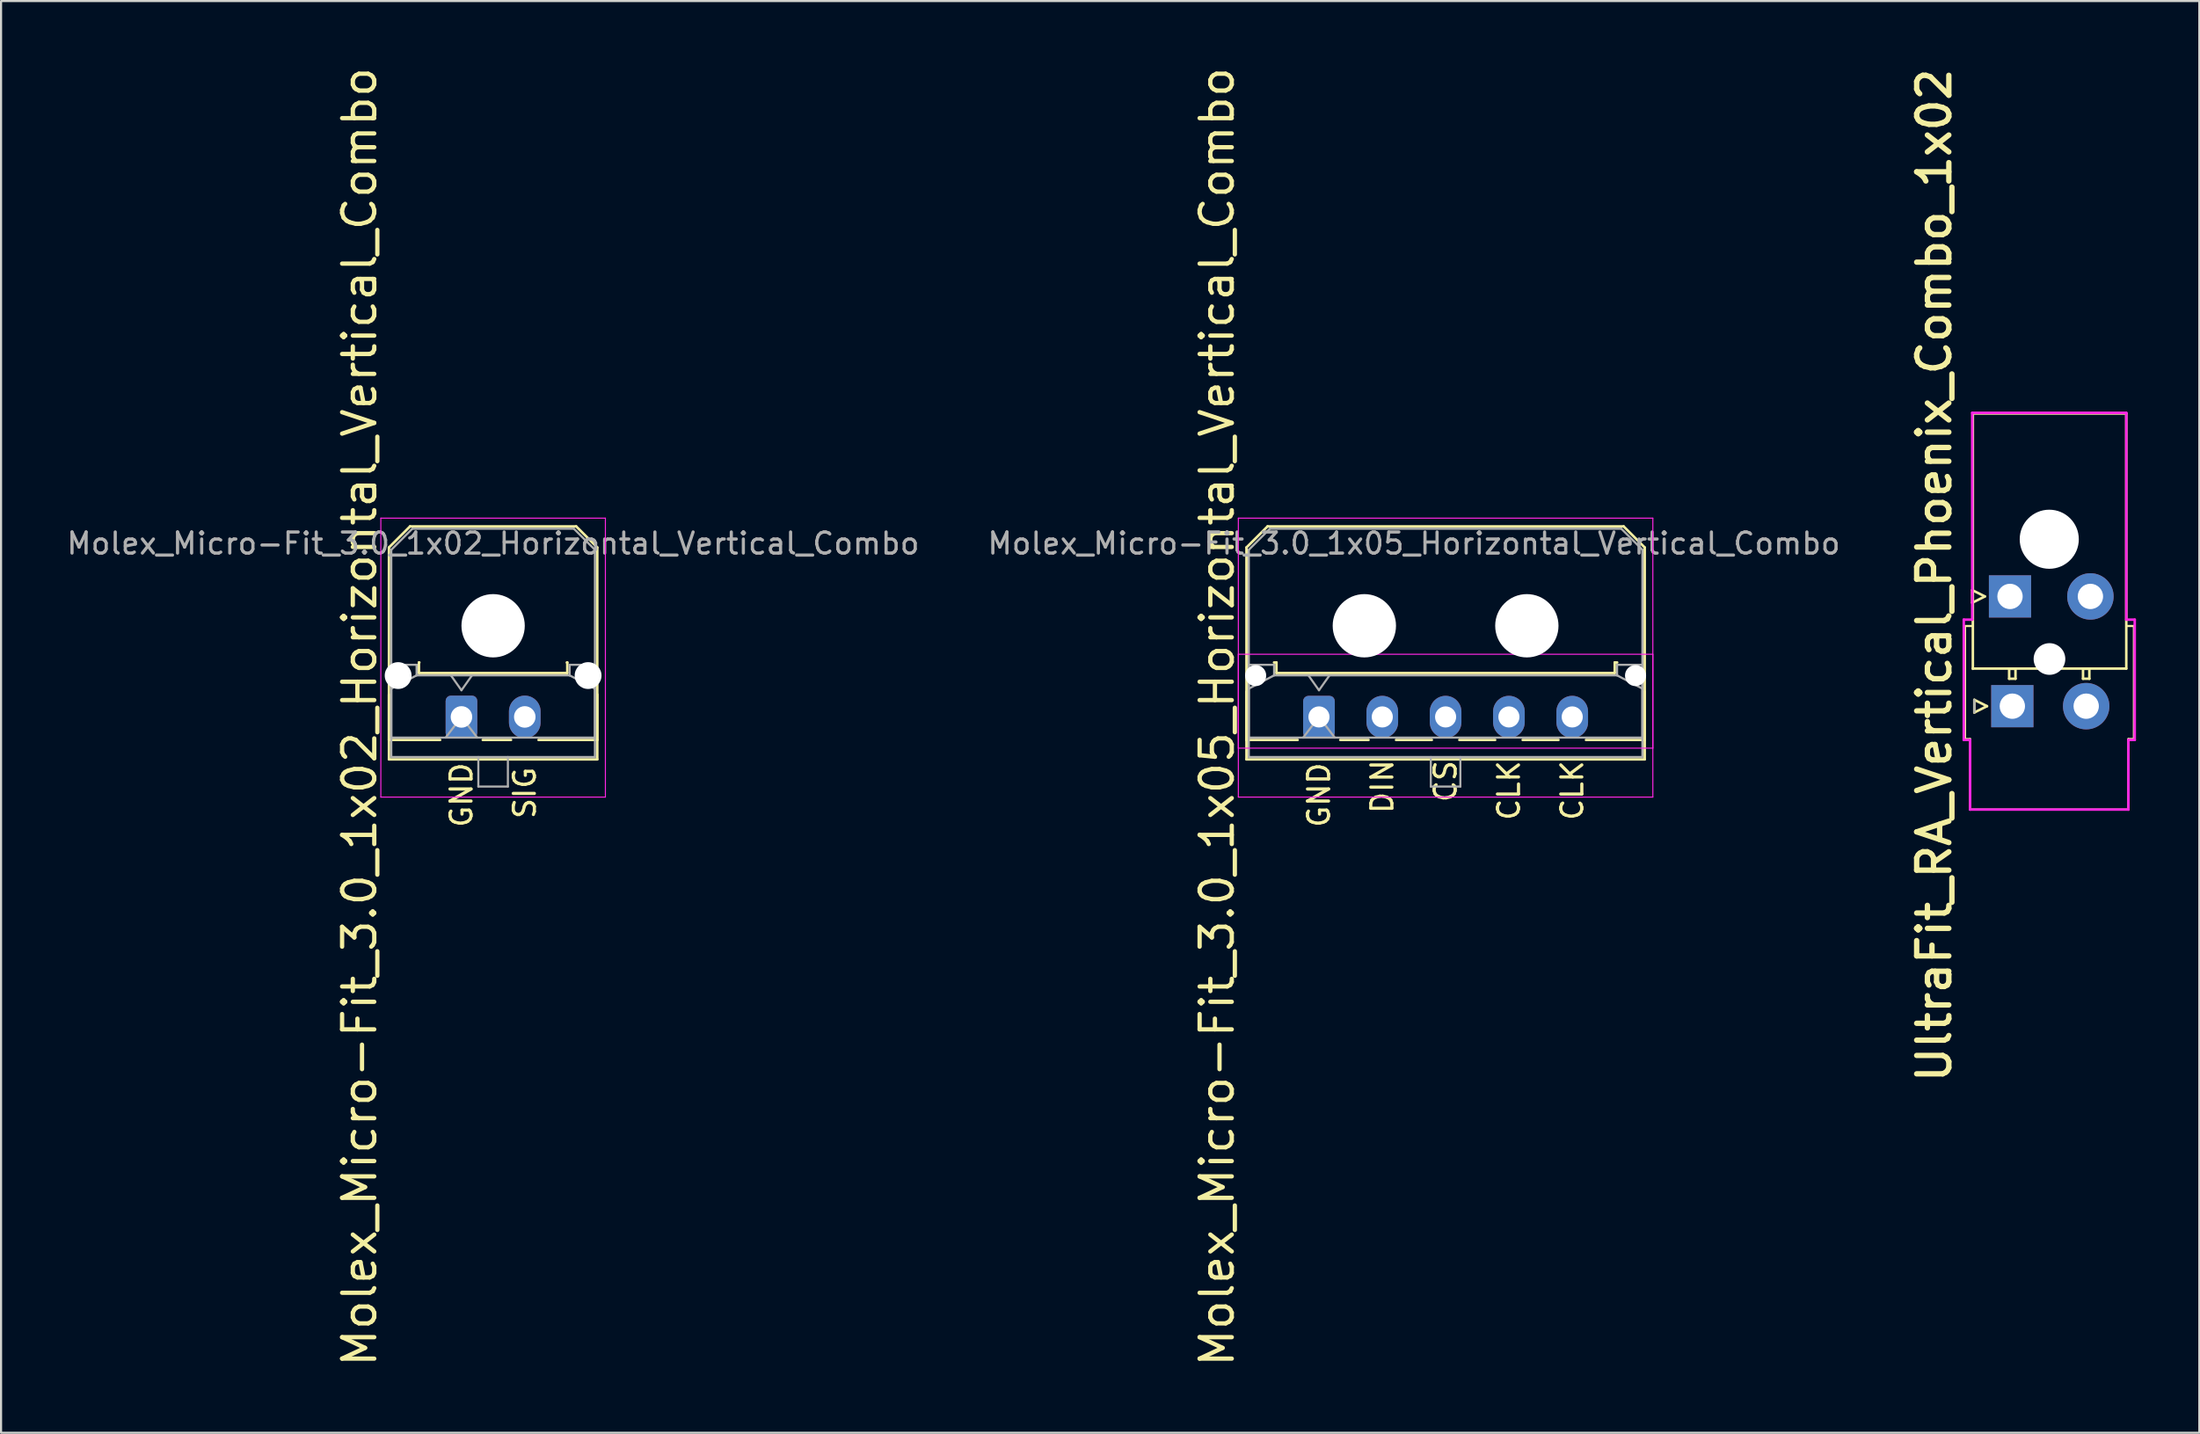
<source format=kicad_pcb>
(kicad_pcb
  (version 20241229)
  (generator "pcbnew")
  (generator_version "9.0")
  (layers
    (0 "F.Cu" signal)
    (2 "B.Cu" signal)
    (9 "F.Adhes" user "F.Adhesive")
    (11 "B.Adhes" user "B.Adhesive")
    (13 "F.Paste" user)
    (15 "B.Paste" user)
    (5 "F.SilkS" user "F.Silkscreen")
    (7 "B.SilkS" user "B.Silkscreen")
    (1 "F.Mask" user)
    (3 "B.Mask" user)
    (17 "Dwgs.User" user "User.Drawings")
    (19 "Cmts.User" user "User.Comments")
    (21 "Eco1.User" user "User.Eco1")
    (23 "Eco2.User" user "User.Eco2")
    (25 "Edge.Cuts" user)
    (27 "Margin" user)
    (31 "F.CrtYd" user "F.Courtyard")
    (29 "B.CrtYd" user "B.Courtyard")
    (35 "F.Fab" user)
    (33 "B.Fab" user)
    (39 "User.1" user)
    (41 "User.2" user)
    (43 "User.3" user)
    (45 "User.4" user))
  (footprint "Molex_Micro-Fit_3.0_1x05_Horizontal_Vertical_Combo"
    (layer "F.Cu")
    (at 59.446 30.923)
    (property "Reference" "Molex_Micro-Fit_3.0_1x05_Horizontal_Vertical_Combo" (at -4.826 0 90) (layer "F.SilkS") (effects (font (size 1.524 1.524) (thickness 0.203))))
    (attr through_hole)
    (fp_line (start -3.435 -8.03) (end -2.435 -9.03) (stroke (width 0.12) (type solid)) (layer "F.SilkS"))
    (fp_line (start -3.435 -1.2) (end -3.435 2.01) (stroke (width 0.12) (type solid)) (layer "F.SilkS"))
    (fp_line (start -3.435 1.09) (end -3.435 -8.03) (stroke (width 0.12) (type solid)) (layer "F.SilkS"))
    (fp_line (start -3.435 1.09) (end -1.01 1.09) (stroke (width 0.12) (type solid)) (layer "F.SilkS"))
    (fp_line (start -3.435 2.01) (end 15.435 2.01) (stroke (width 0.12) (type solid)) (layer "F.SilkS"))
    (fp_line (start -2.435 -9.03) (end 14.435 -9.03) (stroke (width 0.12) (type solid)) (layer "F.SilkS"))
    (fp_line (start -2.13 -2.58) (end -2.015 -2.58) (stroke (width 0.12) (type solid)) (layer "F.SilkS"))
    (fp_line (start -2.015 -2.58) (end -2.015 -2.08) (stroke (width 0.12) (type solid)) (layer "F.SilkS"))
    (fp_line (start -2.015 -2.08) (end 14.015 -2.08) (stroke (width 0.12) (type solid)) (layer "F.SilkS"))
    (fp_line (start 1.01 1.09) (end 2.348 1.09) (stroke (width 0.12) (type solid)) (layer "F.SilkS"))
    (fp_line (start 3.652 1.09) (end 5.348 1.09) (stroke (width 0.12) (type solid)) (layer "F.SilkS"))
    (fp_line (start 6.652 1.09) (end 8.348 1.09) (stroke (width 0.12) (type solid)) (layer "F.SilkS"))
    (fp_line (start 9.652 1.09) (end 11.348 1.09) (stroke (width 0.12) (type solid)) (layer "F.SilkS"))
    (fp_line (start 14.015 -2.58) (end 14.13 -2.58) (stroke (width 0.12) (type solid)) (layer "F.SilkS"))
    (fp_line (start 14.015 -2.08) (end 14.015 -2.58) (stroke (width 0.12) (type solid)) (layer "F.SilkS"))
    (fp_line (start 14.435 -9.03) (end 15.435 -8.03) (stroke (width 0.12) (type solid)) (layer "F.SilkS"))
    (fp_line (start 15.435 -8.03) (end 15.435 1.09) (stroke (width 0.12) (type solid)) (layer "F.SilkS"))
    (fp_line (start 15.435 1.09) (end 12.652 1.09) (stroke (width 0.12) (type solid)) (layer "F.SilkS"))
    (fp_line (start 15.435 2.01) (end 15.435 -1.2) (stroke (width 0.12) (type solid)) (layer "F.SilkS"))
    (fp_line (start -3.82 -9.42) (end 15.82 -9.42) (stroke (width 0.05) (type solid)) (layer "F.CrtYd"))
    (fp_line (start -3.82 -2.97) (end 15.82 -2.97) (stroke (width 0.05) (type solid)) (layer "F.CrtYd"))
    (fp_line (start -3.82 1.48) (end -3.82 -9.42) (stroke (width 0.05) (type solid)) (layer "F.CrtYd"))
    (fp_line (start -3.82 3.8) (end -3.82 -2.97) (stroke (width 0.05) (type solid)) (layer "F.CrtYd"))
    (fp_line (start 15.82 -9.42) (end 15.82 1.48) (stroke (width 0.05) (type solid)) (layer "F.CrtYd"))
    (fp_line (start 15.82 -2.97) (end 15.82 3.8) (stroke (width 0.05) (type solid)) (layer "F.CrtYd"))
    (fp_line (start 15.82 1.48) (end -3.82 1.48) (stroke (width 0.05) (type solid)) (layer "F.CrtYd"))
    (fp_line (start 15.82 3.8) (end -3.82 3.8) (stroke (width 0.05) (type solid)) (layer "F.CrtYd"))
    (fp_line (start -3.325 -7.92) (end -2.325 -8.92) (stroke (width 0.1) (type solid)) (layer "F.Fab"))
    (fp_line (start -3.325 -2.47) (end -3.325 1.9) (stroke (width 0.1) (type solid)) (layer "F.Fab"))
    (fp_line (start -3.325 -1.34) (end -2.125 -1.97) (stroke (width 0.1) (type solid)) (layer "F.Fab"))
    (fp_line (start -3.325 0.98) (end -3.325 -7.92) (stroke (width 0.1) (type solid)) (layer "F.Fab"))
    (fp_line (start -3.325 1.9) (end 15.325 1.9) (stroke (width 0.1) (type solid)) (layer "F.Fab"))
    (fp_line (start -2.325 -8.92) (end 14.325 -8.92) (stroke (width 0.1) (type solid)) (layer "F.Fab"))
    (fp_line (start -2.125 -2.47) (end -3.325 -2.47) (stroke (width 0.1) (type solid)) (layer "F.Fab"))
    (fp_line (start -2.125 -1.97) (end -2.125 -2.47) (stroke (width 0.1) (type solid)) (layer "F.Fab"))
    (fp_line (start -0.75 0.98) (end 0 0) (stroke (width 0.1) (type solid)) (layer "F.Fab"))
    (fp_line (start -0.5 -1.97) (end 0 -1.263) (stroke (width 0.1) (type solid)) (layer "F.Fab"))
    (fp_line (start 0 -1.263) (end 0.5 -1.97) (stroke (width 0.1) (type solid)) (layer "F.Fab"))
    (fp_line (start 0 0) (end 0.75 0.98) (stroke (width 0.1) (type solid)) (layer "F.Fab"))
    (fp_line (start 5.3 1.9) (end 5.3 3.3) (stroke (width 0.1) (type solid)) (layer "F.Fab"))
    (fp_line (start 5.3 3.3) (end 6.7 3.3) (stroke (width 0.1) (type solid)) (layer "F.Fab"))
    (fp_line (start 6.7 3.3) (end 6.7 1.9) (stroke (width 0.1) (type solid)) (layer "F.Fab"))
    (fp_line (start 14.125 -2.47) (end 14.125 -1.97) (stroke (width 0.1) (type solid)) (layer "F.Fab"))
    (fp_line (start 14.125 -1.97) (end -2.125 -1.97) (stroke (width 0.1) (type solid)) (layer "F.Fab"))
    (fp_line (start 14.325 -8.92) (end 15.325 -7.92) (stroke (width 0.1) (type solid)) (layer "F.Fab"))
    (fp_line (start 15.325 -7.92) (end 15.325 0.98) (stroke (width 0.1) (type solid)) (layer "F.Fab"))
    (fp_line (start 15.325 -2.47) (end 14.125 -2.47) (stroke (width 0.1) (type solid)) (layer "F.Fab"))
    (fp_line (start 15.325 -1.34) (end 14.125 -1.97) (stroke (width 0.1) (type solid)) (layer "F.Fab"))
    (fp_line (start 15.325 0.98) (end -3.325 0.98) (stroke (width 0.1) (type solid)) (layer "F.Fab"))
    (fp_line (start 15.325 1.9) (end 15.325 -2.47) (stroke (width 0.1) (type solid)) (layer "F.Fab"))
    (fp_text user "GND" (at 0 3.7 90) (layer "F.SilkS") (effects (font (size 1 1) (thickness 0.15))))
    (fp_text user "CLK" (at 9 3.487 90) (layer "F.SilkS") (effects (font (size 1 1) (thickness 0.15))))
    (fp_text user "CLK" (at 12 3.487 90) (layer "F.SilkS") (effects (font (size 1 1) (thickness 0.15))))
    (fp_text user "DIN" (at 3 3.302 90) (layer "F.SilkS") (effects (font (size 1 1) (thickness 0.15))))
    (fp_text user "CS" (at 6 3.048 90) (layer "F.SilkS") (effects (font (size 1 1) (thickness 0.15))))
    (fp_text user "${REFERENCE}" (at 4.5 -8.22 0) (layer "F.Fab") (effects (font (size 1 1) (thickness 0.15))))
    (pad "" np_thru_hole circle (at -3 -1.96) (size 1 1) (drill 1) (layers "*.Cu" "*.Mask"))
    (pad "" np_thru_hole circle (at 2.15 -4.32) (size 3 3) (drill 3) (layers "*.Cu" "*.Mask"))
    (pad "" np_thru_hole circle (at 9.85 -4.32) (size 3 3) (drill 3) (layers "*.Cu" "*.Mask"))
    (pad "" np_thru_hole circle (at 15 -1.96) (size 1 1) (drill 1) (layers "*.Cu" "*.Mask"))
    (pad "1" thru_hole roundrect (at 0 0) (size 1.5 2) (drill 1) (layers "*.Cu" "*.Mask") (roundrect_rratio 0.167))
    (pad "2" thru_hole oval (at 3 0) (size 1.5 2) (drill 1) (layers "*.Cu" "*.Mask"))
    (pad "3" thru_hole oval (at 6 0) (size 1.5 2) (drill 1) (layers "*.Cu" "*.Mask"))
    (pad "4" thru_hole oval (at 9 0) (size 1.5 2) (drill 1) (layers "*.Cu" "*.Mask"))
    (pad "5" thru_hole oval (at 12 0) (size 1.5 2) (drill 1) (layers "*.Cu" "*.Mask")))
  (footprint "UltraFit_RA_Vertical_Phoenix_Combo_1x02"
    (layer "F.Cu")
    (at 92.299 30.413)
    (property "Reference" "UltraFit_RA_Vertical_Phoenix_Combo_1x02" (at -3.7 -6.2 90) (layer "F.SilkS") (effects (font (size 1.524 1.524) (thickness 0.254))))
    (attr through_hole)
    (fp_line (start -2.24 -3.8) (end -1.9 -3.8) (stroke (width 0.1) (type solid)) (layer "F.SilkS"))
    (fp_line (start -2.24 1.555) (end -2.24 -3.795) (stroke (width 0.1) (type solid)) (layer "F.SilkS"))
    (fp_line (start -2 1.555) (end -2.24 1.555) (stroke (width 0.1) (type solid)) (layer "F.SilkS"))
    (fp_line (start -2 4.9) (end -2 1.555) (stroke (width 0.1) (type solid)) (layer "F.SilkS"))
    (fp_line (start -2 4.9) (end 5.5 4.9) (stroke (width 0.1) (type solid)) (layer "F.SilkS"))
    (fp_line (start -1.9 -5.5) (end -1.3 -5.2) (stroke (width 0.12) (type solid)) (layer "F.SilkS"))
    (fp_line (start -1.9 -4.9) (end -1.9 -5.5) (stroke (width 0.12) (type solid)) (layer "F.SilkS"))
    (fp_line (start -1.872 -1.781) (end 5.4 -1.781) (stroke (width 0.12) (type solid)) (layer "F.SilkS"))
    (fp_line (start -1.87 -13.87) (end -1.87 -1.77) (stroke (width 0.12) (type solid)) (layer "F.SilkS"))
    (fp_line (start -1.8 -0.3) (end -1.2 0) (stroke (width 0.12) (type solid)) (layer "F.SilkS"))
    (fp_line (start -1.8 0.3) (end -1.8 -0.3) (stroke (width 0.12) (type solid)) (layer "F.SilkS"))
    (fp_line (start -1.3 -5.2) (end -1.9 -4.9) (stroke (width 0.12) (type solid)) (layer "F.SilkS"))
    (fp_line (start -1.2 0) (end -1.8 0.3) (stroke (width 0.12) (type solid)) (layer "F.SilkS"))
    (fp_line (start -0.15 -1.77) (end -0.15 -1.3) (stroke (width 0.12) (type solid)) (layer "F.SilkS"))
    (fp_line (start 0.15 -1.77) (end -0.15 -1.77) (stroke (width 0.12) (type solid)) (layer "F.SilkS"))
    (fp_line (start 0.15 -1.3) (end -0.15 -1.3) (stroke (width 0.12) (type solid)) (layer "F.SilkS"))
    (fp_line (start 0.15 -1.3) (end 0.15 -1.77) (stroke (width 0.12) (type solid)) (layer "F.SilkS"))
    (fp_line (start 3.35 -1.77) (end 3.35 -1.3) (stroke (width 0.12) (type solid)) (layer "F.SilkS"))
    (fp_line (start 3.65 -1.77) (end 3.35 -1.77) (stroke (width 0.12) (type solid)) (layer "F.SilkS"))
    (fp_line (start 3.65 -1.3) (end 3.35 -1.3) (stroke (width 0.12) (type solid)) (layer "F.SilkS"))
    (fp_line (start 3.65 -1.3) (end 3.65 -1.77) (stroke (width 0.12) (type solid)) (layer "F.SilkS"))
    (fp_line (start 5.4 -13.87) (end -1.87 -13.87) (stroke (width 0.12) (type solid)) (layer "F.SilkS"))
    (fp_line (start 5.4 -3.8) (end 5.76 -3.8) (stroke (width 0.1) (type solid)) (layer "F.SilkS"))
    (fp_line (start 5.4 -1.781) (end 5.4 -13.87) (stroke (width 0.12) (type solid)) (layer "F.SilkS"))
    (fp_line (start 5.5 4.9) (end 5.5 1.555) (stroke (width 0.1) (type solid)) (layer "F.SilkS"))
    (fp_line (start 5.76 -3.8) (end 5.76 1.555) (stroke (width 0.1) (type solid)) (layer "F.SilkS"))
    (fp_line (start 5.76 1.555) (end 5.5 1.555) (stroke (width 0.1) (type solid)) (layer "F.SilkS"))
    (fp_line (start -2.3 -4.1) (end -1.9 -4.1) (stroke (width 0.12) (type solid)) (layer "F.CrtYd"))
    (fp_line (start -2.3 1.6) (end -2.3 -4.1) (stroke (width 0.12) (type solid)) (layer "F.CrtYd"))
    (fp_line (start -2 1.6) (end -2.3 1.6) (stroke (width 0.12) (type solid)) (layer "F.CrtYd"))
    (fp_line (start -2 4.9) (end -2 1.6) (stroke (width 0.12) (type solid)) (layer "F.CrtYd"))
    (fp_line (start -1.9 -13.9) (end 5.4 -13.9) (stroke (width 0.12) (type solid)) (layer "F.CrtYd"))
    (fp_line (start -1.9 -4.1) (end -1.9 -13.9) (stroke (width 0.12) (type solid)) (layer "F.CrtYd"))
    (fp_line (start 5.4 -13.9) (end 5.4 -4.1) (stroke (width 0.12) (type solid)) (layer "F.CrtYd"))
    (fp_line (start 5.4 -4.1) (end 5.8 -4.1) (stroke (width 0.12) (type solid)) (layer "F.CrtYd"))
    (fp_line (start 5.5 1.6) (end 5.5 4.9) (stroke (width 0.12) (type solid)) (layer "F.CrtYd"))
    (fp_line (start 5.5 4.9) (end -2 4.9) (stroke (width 0.12) (type solid)) (layer "F.CrtYd"))
    (fp_line (start 5.8 -4.1) (end 5.8 1.6) (stroke (width 0.12) (type solid)) (layer "F.CrtYd"))
    (fp_line (start 5.8 1.6) (end 5.5 1.6) (stroke (width 0.12) (type solid)) (layer "F.CrtYd"))
    (fp_line (start -1.8 0.3) (end -1.8 -0.3) (stroke (width 0.1) (type solid)) (layer "F.Fab"))
    (pad "" np_thru_hole circle (at 1.75 -7.91) (size 2.8 2.8) (drill 2.8) (layers "*.Cu" "*.Mask"))
    (pad "" np_thru_hole circle (at 1.76 -2.235 180) (size 1.5 1.5) (drill 1.5) (layers "*.Cu" "*.Mask"))
    (pad "1" thru_hole rect (at -0.11 -5.2 180) (size 2 2) (drill 1.2) (layers "*.Cu" "*.Mask"))
    (pad "1" thru_hole rect (at 0 0 180) (size 2 2) (drill 1.2) (layers "*.Cu" "*.Mask"))
    (pad "2" thru_hole circle (at 3.5 0 180) (size 2.2 2.2) (drill 1.2) (layers "*.Cu" "*.Mask"))
    (pad "2" thru_hole circle (at 3.7 -5.2 180) (size 2.2 2.2) (drill 1.2) (layers "*.Cu" "*.Mask")))
  (footprint "Molex_Micro-Fit_3.0_1x02_Horizontal_Vertical_Combo"
    (layer "F.Cu")
    (at 18.815 30.923)
    (property "Reference" "Molex_Micro-Fit_3.0_1x02_Horizontal_Vertical_Combo" (at -4.826 0 90) (layer "F.SilkS") (effects (font (size 1.524 1.524) (thickness 0.203))))
    (attr through_hole)
    (fp_line (start -3.435 -8.03) (end -2.435 -9.03) (stroke (width 0.12) (type solid)) (layer "F.SilkS"))
    (fp_line (start -3.435 -1.065) (end -3.435 2.01) (stroke (width 0.12) (type solid)) (layer "F.SilkS"))
    (fp_line (start -3.435 1.09) (end -3.435 -8.03) (stroke (width 0.12) (type solid)) (layer "F.SilkS"))
    (fp_line (start -3.435 1.09) (end -1.01 1.09) (stroke (width 0.12) (type solid)) (layer "F.SilkS"))
    (fp_line (start -3.435 2.01) (end 6.435 2.01) (stroke (width 0.12) (type solid)) (layer "F.SilkS"))
    (fp_line (start -2.435 -9.03) (end 5.435 -9.03) (stroke (width 0.12) (type solid)) (layer "F.SilkS"))
    (fp_line (start -2.015 -2.58) (end -2.015 -2.08) (stroke (width 0.12) (type solid)) (layer "F.SilkS"))
    (fp_line (start -2.015 -2.08) (end 5.015 -2.08) (stroke (width 0.12) (type solid)) (layer "F.SilkS"))
    (fp_line (start -1.995 -2.58) (end -2.015 -2.58) (stroke (width 0.12) (type solid)) (layer "F.SilkS"))
    (fp_line (start 1.01 1.09) (end 2.348 1.09) (stroke (width 0.12) (type solid)) (layer "F.SilkS"))
    (fp_line (start 5.015 -2.58) (end 4.995 -2.58) (stroke (width 0.12) (type solid)) (layer "F.SilkS"))
    (fp_line (start 5.015 -2.08) (end 5.015 -2.58) (stroke (width 0.12) (type solid)) (layer "F.SilkS"))
    (fp_line (start 5.435 -9.03) (end 6.435 -8.03) (stroke (width 0.12) (type solid)) (layer "F.SilkS"))
    (fp_line (start 6.435 -8.03) (end 6.435 1.09) (stroke (width 0.12) (type solid)) (layer "F.SilkS"))
    (fp_line (start 6.435 1.09) (end 3.652 1.09) (stroke (width 0.12) (type solid)) (layer "F.SilkS"))
    (fp_line (start 6.435 2.01) (end 6.435 -1.065) (stroke (width 0.12) (type solid)) (layer "F.SilkS"))
    (fp_line (start -3.82 -9.42) (end 6.82 -9.42) (stroke (width 0.05) (type solid)) (layer "F.CrtYd"))
    (fp_line (start -3.82 3.8) (end -3.82 -9.42) (stroke (width 0.05) (type solid)) (layer "F.CrtYd"))
    (fp_line (start 6.82 -9.42) (end 6.82 3.8) (stroke (width 0.05) (type solid)) (layer "F.CrtYd"))
    (fp_line (start 6.82 3.8) (end -3.82 3.8) (stroke (width 0.05) (type solid)) (layer "F.CrtYd"))
    (fp_line (start -3.325 -7.92) (end -2.325 -8.92) (stroke (width 0.1) (type solid)) (layer "F.Fab"))
    (fp_line (start -3.325 -2.47) (end -3.325 1.9) (stroke (width 0.1) (type solid)) (layer "F.Fab"))
    (fp_line (start -3.325 -1.34) (end -2.125 -1.97) (stroke (width 0.1) (type solid)) (layer "F.Fab"))
    (fp_line (start -3.325 0.98) (end -3.325 -7.92) (stroke (width 0.1) (type solid)) (layer "F.Fab"))
    (fp_line (start -3.325 1.9) (end 6.325 1.9) (stroke (width 0.1) (type solid)) (layer "F.Fab"))
    (fp_line (start -2.325 -8.92) (end 5.325 -8.92) (stroke (width 0.1) (type solid)) (layer "F.Fab"))
    (fp_line (start -2.125 -2.47) (end -3.325 -2.47) (stroke (width 0.1) (type solid)) (layer "F.Fab"))
    (fp_line (start -2.125 -1.97) (end -2.125 -2.47) (stroke (width 0.1) (type solid)) (layer "F.Fab"))
    (fp_line (start -0.75 0.98) (end 0 0) (stroke (width 0.1) (type solid)) (layer "F.Fab"))
    (fp_line (start -0.5 -1.97) (end 0 -1.263) (stroke (width 0.1) (type solid)) (layer "F.Fab"))
    (fp_line (start 0 -1.263) (end 0.5 -1.97) (stroke (width 0.1) (type solid)) (layer "F.Fab"))
    (fp_line (start 0 0) (end 0.75 0.98) (stroke (width 0.1) (type solid)) (layer "F.Fab"))
    (fp_line (start 0.8 1.9) (end 0.8 3.3) (stroke (width 0.1) (type solid)) (layer "F.Fab"))
    (fp_line (start 0.8 3.3) (end 2.2 3.3) (stroke (width 0.1) (type solid)) (layer "F.Fab"))
    (fp_line (start 2.2 3.3) (end 2.2 1.9) (stroke (width 0.1) (type solid)) (layer "F.Fab"))
    (fp_line (start 5.125 -2.47) (end 5.125 -1.97) (stroke (width 0.1) (type solid)) (layer "F.Fab"))
    (fp_line (start 5.125 -1.97) (end -2.125 -1.97) (stroke (width 0.1) (type solid)) (layer "F.Fab"))
    (fp_line (start 5.325 -8.92) (end 6.325 -7.92) (stroke (width 0.1) (type solid)) (layer "F.Fab"))
    (fp_line (start 6.325 -7.92) (end 6.325 0.98) (stroke (width 0.1) (type solid)) (layer "F.Fab"))
    (fp_line (start 6.325 -2.47) (end 5.125 -2.47) (stroke (width 0.1) (type solid)) (layer "F.Fab"))
    (fp_line (start 6.325 -1.34) (end 5.125 -1.97) (stroke (width 0.1) (type solid)) (layer "F.Fab"))
    (fp_line (start 6.325 0.98) (end -3.325 0.98) (stroke (width 0.1) (type solid)) (layer "F.Fab"))
    (fp_line (start 6.325 1.9) (end 6.325 -2.47) (stroke (width 0.1) (type solid)) (layer "F.Fab"))
    (fp_text user "GND" (at 0 3.7 90) (layer "F.SilkS") (effects (font (size 1 1) (thickness 0.15))))
    (fp_text user "SIG" (at 3 3.6 90) (layer "F.SilkS") (effects (font (size 1 1) (thickness 0.15))))
    (fp_text user "${REFERENCE}" (at 1.5 -8.22 0) (layer "F.Fab") (effects (font (size 1 1) (thickness 0.15))))
    (pad "" np_thru_hole circle (at -3 -1.96) (size 1.27 1.27) (drill 1.27) (layers "*.Cu" "*.Mask"))
    (pad "" np_thru_hole circle (at 1.5 -4.32) (size 3 3) (drill 3) (layers "*.Cu" "*.Mask"))
    (pad "" np_thru_hole circle (at 6 -1.96) (size 1.27 1.27) (drill 1.27) (layers "*.Cu" "*.Mask"))
    (pad "1" thru_hole roundrect (at 0 0) (size 1.5 2.02) (drill 1.02) (layers "*.Cu" "*.Mask") (roundrect_rratio 0.167))
    (pad "2" thru_hole oval (at 3 0) (size 1.5 2.02) (drill 1.02) (layers "*.Cu" "*.Mask")))
  (gr_rect
    (start -3 -3)
    (end 101.159 64.845)
    (stroke (width 0.1) (type default))
    (fill no)
    (layer "Edge.Cuts")))
</source>
